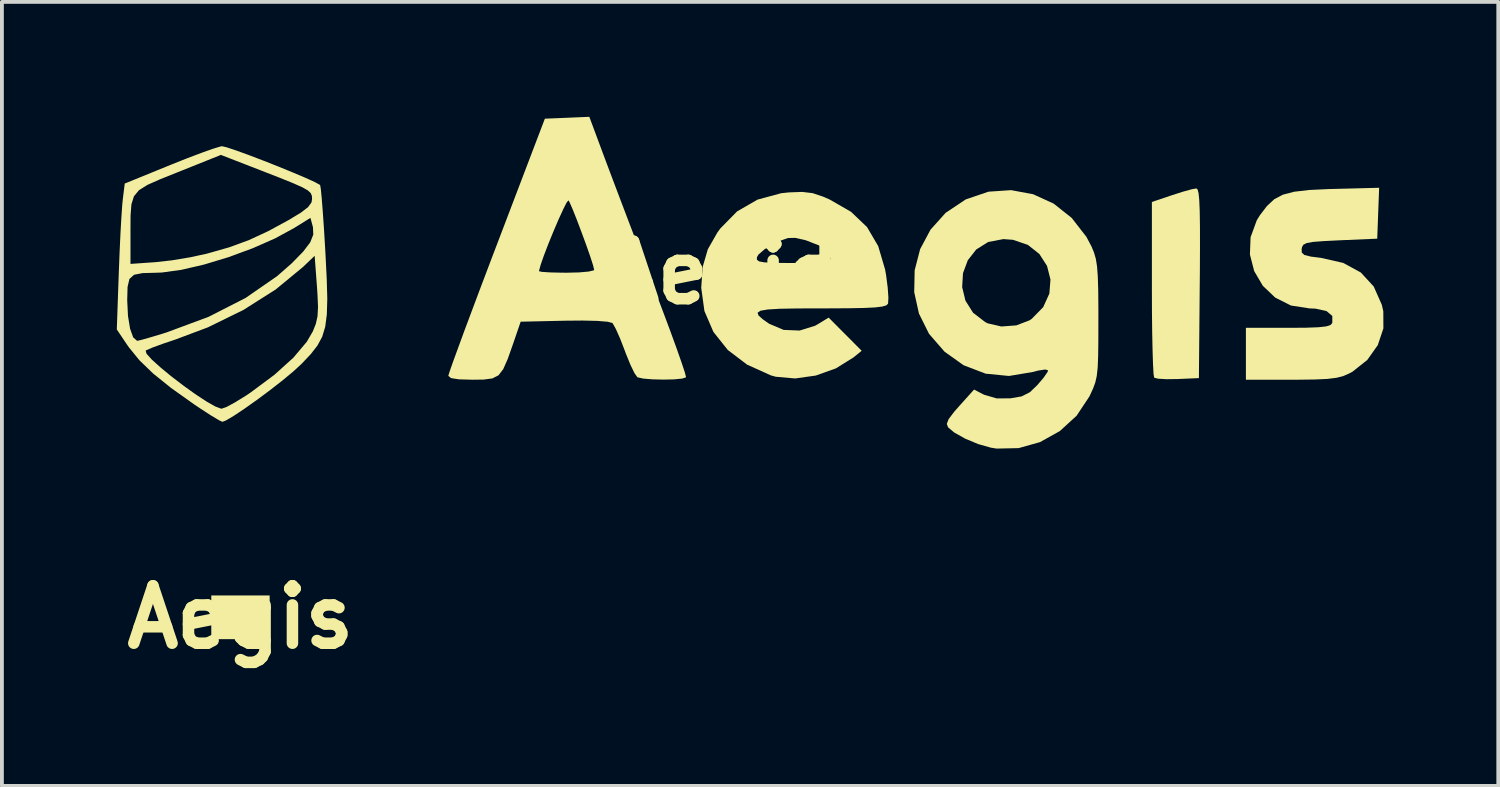
<source format=kicad_pcb>
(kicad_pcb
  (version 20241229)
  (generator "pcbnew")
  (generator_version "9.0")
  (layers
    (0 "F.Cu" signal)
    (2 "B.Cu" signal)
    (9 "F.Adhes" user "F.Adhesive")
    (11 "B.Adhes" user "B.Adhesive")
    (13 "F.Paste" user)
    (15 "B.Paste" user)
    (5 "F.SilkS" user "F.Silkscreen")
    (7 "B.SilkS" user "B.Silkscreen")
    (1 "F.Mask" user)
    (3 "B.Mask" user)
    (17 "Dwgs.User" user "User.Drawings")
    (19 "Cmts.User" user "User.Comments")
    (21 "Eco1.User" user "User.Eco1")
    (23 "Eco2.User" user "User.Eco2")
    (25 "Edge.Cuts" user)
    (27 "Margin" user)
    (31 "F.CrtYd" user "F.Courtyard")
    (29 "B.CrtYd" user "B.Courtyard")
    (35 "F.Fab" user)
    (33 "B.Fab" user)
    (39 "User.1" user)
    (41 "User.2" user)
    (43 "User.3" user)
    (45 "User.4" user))
  (footprint "Aegis"
    (layer "F.Cu")
    (at 3.229 13.067)
    (property "Reference" "Aegis" (at 0 0 0) (layer "F.SilkS") (effects (font (size 1.5 1.5) (thickness 0.3))))
    (attr board_only exclude_from_pos_files exclude_from_bom)
    (fp_poly (pts (xy 0.762 0.001) (xy 0.762 0.572) (xy 0 0.572) (xy -0.762 0.572) (xy -0.762 0.001) (xy -0.762 -0.569) (xy 0 -0.569) (xy 0.762 -0.569)) (stroke (width 0) (type solid)) (fill yes) (layer "F.SilkS")))
  (footprint "Aegid"
    (layer "F.Cu")
    (at 15.851 4.071)
    (property "Reference" "Aegid" (at 0 0 0) (layer "F.SilkS") (effects (font (size 1.5 1.5) (thickness 0.3))))
    (attr board_only exclude_from_pos_files exclude_from_bom)
    (fp_poly (pts (xy 12.37 -2.173) (xy 12.395 -2.077) (xy 12.413 -1.897) (xy 12.425 -1.618) (xy 12.431 -1.223) (xy 12.432 -0.697) (xy 12.429 -0.024) (xy 12.426 0.275) (xy 12.404 2.752) (xy 11.85 2.776) (xy 11.557 2.78) (xy 11.335 2.767) (xy 11.236 2.741) (xy 11.22 2.644) (xy 11.206 2.4) (xy 11.194 2.032) (xy 11.184 1.563) (xy 11.178 1.015) (xy 11.176 0.417) (xy 11.176 -1.847) (xy 11.7 -2.024) (xy 11.988 -2.116) (xy 12.22 -2.18) (xy 12.337 -2.201)) (stroke (width 0) (type solid)) (fill yes) (layer "F.SilkS"))
    (fp_poly (pts (xy 17.085 -1.553) (xy 17.06 -0.889) (xy 16.087 -0.847) (xy 15.668 -0.826) (xy 15.388 -0.805) (xy 15.219 -0.775) (xy 15.131 -0.731) (xy 15.095 -0.666) (xy 15.087 -0.625) (xy 15.09 -0.526) (xy 15.158 -0.463) (xy 15.327 -0.421) (xy 15.595 -0.387) (xy 16.172 -0.256) (xy 16.631 -0.006) (xy 16.968 0.359) (xy 17.179 0.835) (xy 17.219 1.006) (xy 17.221 1.454) (xy 17.075 1.89) (xy 16.8 2.278) (xy 16.416 2.583) (xy 16.333 2.628) (xy 16.176 2.697) (xy 15.997 2.743) (xy 15.76 2.773) (xy 15.432 2.788) (xy 14.978 2.794) (xy 14.82 2.794) (xy 13.631 2.794) (xy 13.631 2.117) (xy 13.631 1.439) (xy 14.735 1.439) (xy 15.2 1.436) (xy 15.522 1.424) (xy 15.726 1.402) (xy 15.84 1.365) (xy 15.887 1.311) (xy 15.887 1.129) (xy 15.737 1.002) (xy 15.448 0.938) (xy 15.289 0.931) (xy 14.808 0.857) (xy 14.398 0.651) (xy 14.073 0.342) (xy 13.847 -0.043) (xy 13.736 -0.475) (xy 13.753 -0.926) (xy 13.915 -1.369) (xy 13.998 -1.503) (xy 14.181 -1.742) (xy 14.369 -1.917) (xy 14.594 -2.037) (xy 14.887 -2.114) (xy 15.279 -2.16) (xy 15.802 -2.185) (xy 15.942 -2.188) (xy 17.11 -2.218)) (stroke (width 0) (type solid)) (fill yes) (layer "F.SilkS"))
    (fp_poly (pts (xy 2.317 -2.078) (xy 2.592 -1.986) (xy 2.763 -1.911) (xy 3.321 -1.59) (xy 3.738 -1.192) (xy 4.029 -0.697) (xy 4.21 -0.085) (xy 4.237 0.069) (xy 4.278 0.388) (xy 4.296 0.65) (xy 4.288 0.802) (xy 4.286 0.809) (xy 4.243 0.852) (xy 4.139 0.883) (xy 3.953 0.906) (xy 3.665 0.92) (xy 3.254 0.928) (xy 2.699 0.931) (xy 2.536 0.931) (xy 1.921 0.933) (xy 1.461 0.941) (xy 1.144 0.96) (xy 0.955 0.993) (xy 0.88 1.044) (xy 0.906 1.118) (xy 1.02 1.219) (xy 1.183 1.333) (xy 1.561 1.493) (xy 1.978 1.51) (xy 2.381 1.385) (xy 2.447 1.348) (xy 2.736 1.172) (xy 3.167 1.605) (xy 3.598 2.038) (xy 3.387 2.21) (xy 2.927 2.497) (xy 2.401 2.685) (xy 1.86 2.761) (xy 1.354 2.716) (xy 1.228 2.681) (xy 0.606 2.4) (xy 0.102 2.017) (xy -0.273 1.546) (xy -0.508 1) (xy -0.591 0.394) (xy -0.591 0.391) (xy -0.553 -0.154) (xy -0.48 -0.402) (xy 0.862 -0.402) (xy 0.864 -0.338) (xy 0.919 -0.296) (xy 1.052 -0.271) (xy 1.292 -0.258) (xy 1.665 -0.254) (xy 1.814 -0.254) (xy 2.253 -0.258) (xy 2.546 -0.273) (xy 2.717 -0.301) (xy 2.788 -0.345) (xy 2.794 -0.368) (xy 2.714 -0.546) (xy 2.489 -0.711) (xy 2.145 -0.845) (xy 2.106 -0.856) (xy 1.861 -0.91) (xy 1.674 -0.906) (xy 1.466 -0.833) (xy 1.303 -0.755) (xy 1.066 -0.615) (xy 0.904 -0.475) (xy 0.862 -0.402) (xy -0.48 -0.402) (xy -0.419 -0.612) (xy -0.17 -1.049) (xy -0.092 -1.156) (xy 0.345 -1.601) (xy 0.879 -1.909) (xy 1.497 -2.076) (xy 1.696 -2.097) (xy 2.047 -2.11)) (stroke (width 0) (type solid)) (fill yes) (layer "F.SilkS"))
    (fp_poly (pts (xy -3.094 -2.945) (xy -2.947 -2.554) (xy -2.753 -2.041) (xy -2.525 -1.44) (xy -2.277 -0.789) (xy -2.022 -0.121) (xy -1.813 0.423) (xy -1.593 1.004) (xy -1.395 1.533) (xy -1.229 1.99) (xy -1.101 2.355) (xy -1.018 2.607) (xy -0.988 2.725) (xy -0.989 2.731) (xy -1.088 2.764) (xy -1.303 2.785) (xy -1.58 2.791) (xy -1.866 2.784) (xy -2.108 2.764) (xy -2.253 2.731) (xy -2.259 2.728) (xy -2.334 2.622) (xy -2.442 2.399) (xy -2.562 2.103) (xy -2.589 2.03) (xy -2.709 1.72) (xy -2.82 1.47) (xy -2.901 1.325) (xy -2.912 1.312) (xy -3.035 1.28) (xy -3.301 1.258) (xy -3.686 1.249) (xy -4.156 1.253) (xy -5.306 1.279) (xy -5.5 1.846) (xy -5.642 2.248) (xy -5.76 2.516) (xy -5.884 2.678) (xy -6.045 2.76) (xy -6.272 2.79) (xy -6.564 2.794) (xy -6.918 2.784) (xy -7.122 2.752) (xy -7.193 2.696) (xy -7.194 2.688) (xy -7.164 2.589) (xy -7.08 2.348) (xy -6.947 1.984) (xy -6.774 1.512) (xy -6.564 0.951) (xy -6.326 0.317) (xy -6.191 -0.039) (xy -4.826 -0.039) (xy -4.748 -0.022) (xy -4.539 -0.008) (xy -4.239 -0.001) (xy -4.106 0) (xy -3.781 -0.008) (xy -3.532 -0.03) (xy -3.399 -0.061) (xy -3.387 -0.075) (xy -3.415 -0.194) (xy -3.49 -0.427) (xy -3.597 -0.732) (xy -3.72 -1.067) (xy -3.843 -1.392) (xy -3.952 -1.665) (xy -4.031 -1.844) (xy -4.057 -1.889) (xy -4.104 -1.835) (xy -4.194 -1.658) (xy -4.314 -1.396) (xy -4.448 -1.083) (xy -4.581 -0.757) (xy -4.698 -0.452) (xy -4.784 -0.206) (xy -4.825 -0.055) (xy -4.826 -0.039) (xy -6.191 -0.039) (xy -6.065 -0.372) (xy -5.932 -0.72) (xy -4.674 -4.022) (xy -4.093 -4.046) (xy -3.513 -4.071)) (stroke (width 0) (type solid)) (fill yes) (layer "F.SilkS"))
    (fp_poly (pts (xy 8.076 -2.049) (xy 8.612 -1.804) (xy 9.083 -1.43) (xy 9.466 -0.937) (xy 9.601 -0.682) (xy 9.665 -0.527) (xy 9.712 -0.365) (xy 9.744 -0.166) (xy 9.764 0.1) (xy 9.775 0.462) (xy 9.779 0.95) (xy 9.779 1.228) (xy 9.778 1.772) (xy 9.773 2.178) (xy 9.761 2.475) (xy 9.737 2.695) (xy 9.698 2.868) (xy 9.64 3.025) (xy 9.561 3.196) (xy 9.54 3.238) (xy 9.21 3.735) (xy 8.772 4.135) (xy 8.256 4.423) (xy 7.696 4.58) (xy 7.123 4.592) (xy 6.972 4.568) (xy 6.639 4.474) (xy 6.3 4.332) (xy 6.014 4.171) (xy 5.856 4.039) (xy 5.821 3.949) (xy 5.867 3.826) (xy 6.009 3.637) (xy 6.144 3.483) (xy 6.533 3.051) (xy 6.794 3.186) (xy 7.124 3.282) (xy 7.481 3.28) (xy 7.777 3.229) (xy 7.992 3.119) (xy 8.186 2.933) (xy 8.35 2.74) (xy 8.451 2.593) (xy 8.467 2.55) (xy 8.395 2.527) (xy 8.211 2.554) (xy 8.072 2.591) (xy 7.445 2.696) (xy 6.835 2.636) (xy 6.258 2.415) (xy 5.761 2.061) (xy 5.356 1.594) (xy 5.094 1.067) (xy 4.97 0.506) (xy 4.973 0.374) (xy 6.222 0.374) (xy 6.307 0.728) (xy 6.506 1.044) (xy 6.824 1.289) (xy 6.893 1.323) (xy 7.247 1.404) (xy 7.637 1.375) (xy 7.983 1.242) (xy 8.036 1.207) (xy 8.338 0.899) (xy 8.499 0.545) (xy 8.528 0.177) (xy 8.438 -0.178) (xy 8.238 -0.489) (xy 7.939 -0.726) (xy 7.55 -0.859) (xy 7.298 -0.878) (xy 6.901 -0.802) (xy 6.59 -0.607) (xy 6.369 -0.325) (xy 6.244 0.012) (xy 6.222 0.374) (xy 4.973 0.374) (xy 4.982 -0.064) (xy 5.125 -0.616) (xy 5.396 -1.124) (xy 5.79 -1.563) (xy 6.305 -1.907) (xy 6.329 -1.919) (xy 6.91 -2.116) (xy 7.501 -2.156)) (stroke (width 0) (type solid)) (fill yes) (layer "F.SilkS"))
    (fp_poly (pts (xy -12.974 -3.272) (xy -12.729 -3.19) (xy -12.401 -3.071) (xy -12.022 -2.926) (xy -11.627 -2.77) (xy -11.249 -2.615) (xy -10.921 -2.476) (xy -10.677 -2.365) (xy -10.55 -2.295) (xy -10.541 -2.286) (xy -10.524 -2.185) (xy -10.5 -1.941) (xy -10.472 -1.581) (xy -10.441 -1.132) (xy -10.41 -0.619) (xy -10.404 -0.515) (xy -10.37 0.153) (xy -10.355 0.678) (xy -10.367 1.089) (xy -10.409 1.412) (xy -10.489 1.674) (xy -10.613 1.903) (xy -10.785 2.124) (xy -11.013 2.365) (xy -11.039 2.391) (xy -11.246 2.581) (xy -11.528 2.815) (xy -11.855 3.07) (xy -12.197 3.324) (xy -12.523 3.555) (xy -12.803 3.741) (xy -13.007 3.861) (xy -13.095 3.893) (xy -13.192 3.847) (xy -13.393 3.726) (xy -13.664 3.55) (xy -13.843 3.43) (xy -14.437 3.007) (xy -14.901 2.633) (xy -15.259 2.288) (xy -15.465 2.035) (xy -15.098 2.035) (xy -15.075 2.115) (xy -14.938 2.267) (xy -14.715 2.469) (xy -14.434 2.701) (xy -14.122 2.94) (xy -13.808 3.166) (xy -13.518 3.357) (xy -13.282 3.492) (xy -13.126 3.55) (xy -13.117 3.551) (xy -12.991 3.508) (xy -12.767 3.387) (xy -12.485 3.213) (xy -12.355 3.126) (xy -11.735 2.665) (xy -11.242 2.22) (xy -10.891 1.804) (xy -10.733 1.533) (xy -10.653 1.332) (xy -10.61 1.135) (xy -10.597 0.892) (xy -10.612 0.552) (xy -10.625 0.36) (xy -10.685 -0.441) (xy -10.994 -0.146) (xy -11.703 0.438) (xy -12.542 0.97) (xy -13.472 1.426) (xy -14.319 1.744) (xy -14.646 1.854) (xy -14.911 1.951) (xy -15.072 2.019) (xy -15.098 2.035) (xy -15.465 2.035) (xy -15.535 1.949) (xy -15.577 1.889) (xy -15.851 1.482) (xy -15.825 0.726) (xy -15.579 0.726) (xy -15.559 1.132) (xy -15.504 1.464) (xy -15.423 1.689) (xy -15.322 1.778) (xy -15.315 1.778) (xy -15.209 1.754) (xy -14.983 1.69) (xy -14.679 1.599) (xy -14.546 1.557) (xy -13.456 1.152) (xy -12.492 0.661) (xy -11.666 0.09) (xy -11.287 -0.242) (xy -10.983 -0.553) (xy -10.8 -0.794) (xy -10.721 -0.995) (xy -10.729 -1.186) (xy -10.734 -1.206) (xy -10.795 -1.432) (xy -11.216 -1.17) (xy -11.712 -0.899) (xy -12.3 -0.64) (xy -12.935 -0.406) (xy -13.573 -0.213) (xy -14.168 -0.075) (xy -14.678 -0.005) (xy -14.817 0.000155) (xy -15.178 0.01) (xy -15.402 0.054) (xy -15.521 0.163) (xy -15.57 0.369) (xy -15.579 0.703) (xy -15.579 0.726) (xy -15.825 0.726) (xy -15.799 0) (xy -15.779 -0.519) (xy -15.756 -1.011) (xy -15.752 -1.086) (xy -15.494 -1.086) (xy -15.494 -0.951) (xy -15.494 -0.23) (xy -14.838 -0.276) (xy -14.415 -0.323) (xy -13.934 -0.403) (xy -13.497 -0.498) (xy -13.49 -0.5) (xy -12.911 -0.665) (xy -12.401 -0.852) (xy -11.891 -1.089) (xy -11.367 -1.374) (xy -11.047 -1.567) (xy -10.856 -1.713) (xy -10.768 -1.835) (xy -10.753 -1.917) (xy -10.757 -2.005) (xy -10.787 -2.078) (xy -10.863 -2.149) (xy -11.007 -2.231) (xy -11.243 -2.336) (xy -11.591 -2.477) (xy -12.075 -2.665) (xy -12.091 -2.672) (xy -13.133 -3.076) (xy -14.264 -2.623) (xy -14.725 -2.438) (xy -15.054 -2.292) (xy -15.273 -2.154) (xy -15.404 -1.995) (xy -15.47 -1.784) (xy -15.492 -1.491) (xy -15.494 -1.086) (xy -15.752 -1.086) (xy -15.732 -1.438) (xy -15.71 -1.761) (xy -15.696 -1.905) (xy -15.644 -2.328) (xy -14.447 -2.816) (xy -14.02 -2.986) (xy -13.64 -3.13) (xy -13.339 -3.237) (xy -13.147 -3.295) (xy -13.103 -3.303)) (stroke (width 0) (type solid)) (fill yes) (layer "F.SilkS")))
  (gr_rect
    (start -3 -3)
    (end 36.072 17.471)
    (stroke (width 0.1) (type default))
    (fill no)
    (layer "Edge.Cuts")))
</source>
